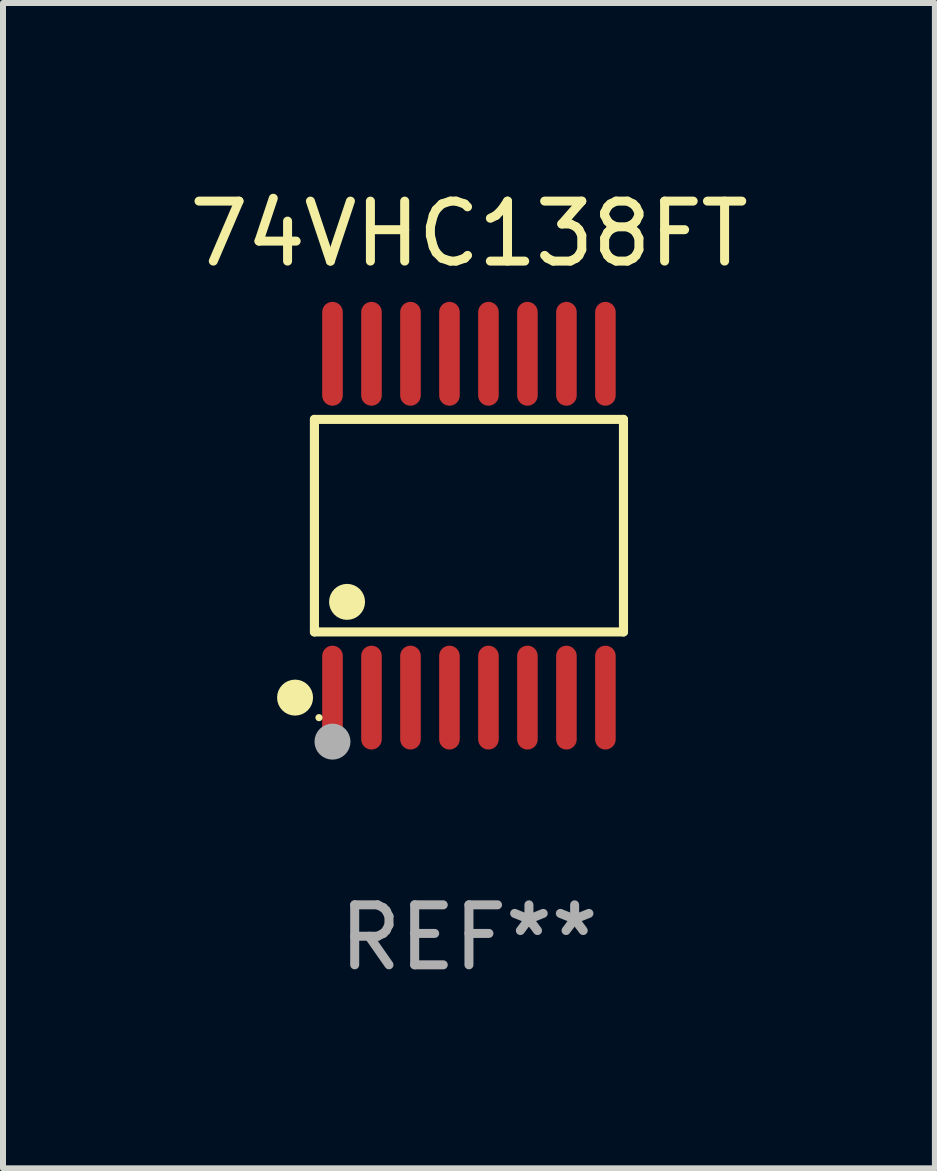
<source format=kicad_pcb>
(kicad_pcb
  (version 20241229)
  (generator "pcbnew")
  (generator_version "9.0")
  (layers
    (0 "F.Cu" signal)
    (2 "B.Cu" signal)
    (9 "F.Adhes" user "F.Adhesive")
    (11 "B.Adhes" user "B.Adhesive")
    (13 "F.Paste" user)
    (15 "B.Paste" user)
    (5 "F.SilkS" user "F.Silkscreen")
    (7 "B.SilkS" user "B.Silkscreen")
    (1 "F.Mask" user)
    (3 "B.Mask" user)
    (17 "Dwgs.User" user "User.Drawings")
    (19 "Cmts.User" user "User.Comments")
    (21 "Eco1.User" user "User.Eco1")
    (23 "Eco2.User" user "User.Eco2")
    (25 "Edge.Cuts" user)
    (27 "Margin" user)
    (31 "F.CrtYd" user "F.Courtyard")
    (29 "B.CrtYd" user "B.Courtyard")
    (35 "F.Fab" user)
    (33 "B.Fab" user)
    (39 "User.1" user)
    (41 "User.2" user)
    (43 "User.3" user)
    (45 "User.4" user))
  (footprint "74VHC138FT"
    (layer "F.Cu")
    (at 4.768 5.714)
    (property "Reference" "74VHC138FT" (at 0 -4.866 0) (layer "F.SilkS") (effects (font (size 1 1) (thickness 0.15))))
    (attr through_hole)
    (fp_line (start -2.576 -1.772) (end 2.576 -1.772) (stroke (width 0.152) (type solid)) (layer "F.SilkS"))
    (fp_line (start -2.576 1.771) (end -2.576 -1.772) (stroke (width 0.152) (type solid)) (layer "F.SilkS"))
    (fp_line (start 2.576 -1.772) (end 2.576 1.771) (stroke (width 0.152) (type solid)) (layer "F.SilkS"))
    (fp_line (start 2.576 1.771) (end -2.576 1.771) (stroke (width 0.152) (type solid)) (layer "F.SilkS"))
    (fp_circle (center -2.899 2.866) (end -2.749 2.866) (stroke (width 0.3) (type solid)) (fill no) (layer "F.SilkS"))
    (fp_circle (center -2.5 3.2) (end -2.47 3.2) (stroke (width 0.06) (type solid)) (fill no) (layer "F.SilkS"))
    (fp_circle (center -2.032 1.27) (end -1.882 1.27) (stroke (width 0.3) (type solid)) (fill no) (layer "F.SilkS"))
    (fp_circle (center -2.275 3.6) (end -2.125 3.6) (stroke (width 0.3) (type solid)) (fill no) (layer "F.Fab"))
    (fp_text user "REF**" (at 0 6.866 0) (layer "F.Fab") (effects (font (size 1 1) (thickness 0.15))))
    (pad "1" smd oval (at -2.275 2.866) (size 0.343 1.731) (layers "F.Cu" "F.Mask" "F.Paste"))
    (pad "2" smd oval (at -1.625 2.866) (size 0.343 1.731) (layers "F.Cu" "F.Mask" "F.Paste"))
    (pad "3" smd oval (at -0.975 2.866) (size 0.343 1.731) (layers "F.Cu" "F.Mask" "F.Paste"))
    (pad "4" smd oval (at -0.325 2.866) (size 0.343 1.731) (layers "F.Cu" "F.Mask" "F.Paste"))
    (pad "5" smd oval (at 0.325 2.866) (size 0.343 1.731) (layers "F.Cu" "F.Mask" "F.Paste"))
    (pad "6" smd oval (at 0.975 2.866) (size 0.343 1.731) (layers "F.Cu" "F.Mask" "F.Paste"))
    (pad "7" smd oval (at 1.625 2.866) (size 0.343 1.731) (layers "F.Cu" "F.Mask" "F.Paste"))
    (pad "8" smd oval (at 2.275 2.866) (size 0.343 1.731) (layers "F.Cu" "F.Mask" "F.Paste"))
    (pad "9" smd oval (at 2.275 -2.866) (size 0.343 1.731) (layers "F.Cu" "F.Mask" "F.Paste"))
    (pad "10" smd oval (at 1.625 -2.866) (size 0.343 1.731) (layers "F.Cu" "F.Mask" "F.Paste"))
    (pad "11" smd oval (at 0.975 -2.866) (size 0.343 1.731) (layers "F.Cu" "F.Mask" "F.Paste"))
    (pad "12" smd oval (at 0.325 -2.866) (size 0.343 1.731) (layers "F.Cu" "F.Mask" "F.Paste"))
    (pad "13" smd oval (at -0.325 -2.866) (size 0.343 1.731) (layers "F.Cu" "F.Mask" "F.Paste"))
    (pad "14" smd oval (at -0.975 -2.866) (size 0.343 1.731) (layers "F.Cu" "F.Mask" "F.Paste"))
    (pad "15" smd oval (at -1.625 -2.866) (size 0.343 1.731) (layers "F.Cu" "F.Mask" "F.Paste"))
    (pad "16" smd oval (at -2.275 -2.866) (size 0.343 1.731) (layers "F.Cu" "F.Mask" "F.Paste")))
  (gr_rect
    (start -3 -3)
    (end 12.536 16.428)
    (stroke (width 0.1) (type default))
    (fill no)
    (layer "Edge.Cuts")))
</source>
